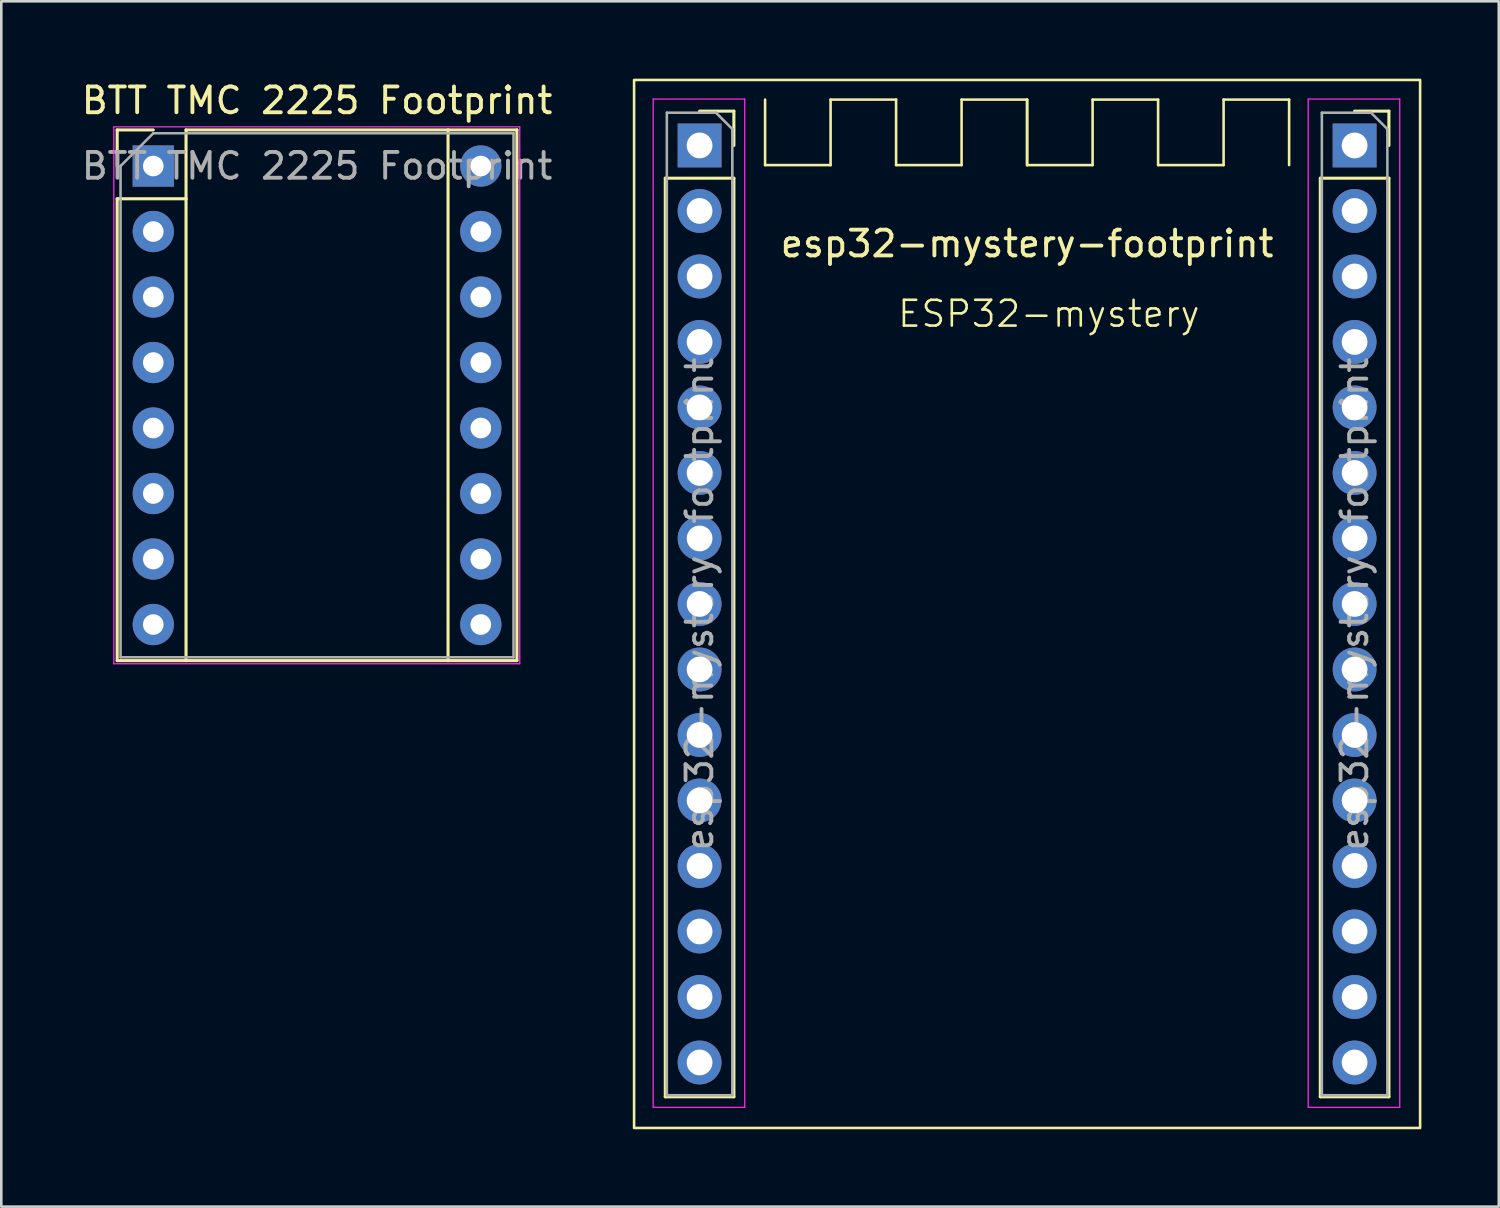
<source format=kicad_pcb>
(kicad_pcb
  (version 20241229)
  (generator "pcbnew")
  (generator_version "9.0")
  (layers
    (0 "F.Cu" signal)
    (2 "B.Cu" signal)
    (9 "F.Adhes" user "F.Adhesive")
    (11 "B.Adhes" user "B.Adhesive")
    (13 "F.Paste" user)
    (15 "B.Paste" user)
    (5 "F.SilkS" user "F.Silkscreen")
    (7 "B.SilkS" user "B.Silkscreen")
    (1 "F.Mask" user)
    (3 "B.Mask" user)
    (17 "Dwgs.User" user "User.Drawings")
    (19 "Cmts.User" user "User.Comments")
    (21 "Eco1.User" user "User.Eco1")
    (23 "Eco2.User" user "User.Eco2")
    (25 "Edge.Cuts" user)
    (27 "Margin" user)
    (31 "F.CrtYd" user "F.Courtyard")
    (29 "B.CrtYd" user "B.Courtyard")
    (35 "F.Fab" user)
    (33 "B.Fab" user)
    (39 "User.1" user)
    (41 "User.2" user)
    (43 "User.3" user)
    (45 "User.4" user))
  (footprint "esp32-mystery-footprint"
    (layer "F.Cu")
    (at 36.778 2.59)
    (property "Reference" "esp32-mystery-footprint" (at 0 3.81 0) (layer "F.SilkS") (effects (font (size 1 1) (thickness 0.15))))
    (attr through_hole)
    (fp_line (start -14.03 1.27) (end -14.03 36.89) (stroke (width 0.12) (type solid)) (layer "F.SilkS"))
    (fp_line (start -14.03 1.27) (end -11.37 1.27) (stroke (width 0.12) (type solid)) (layer "F.SilkS"))
    (fp_line (start -14.03 36.89) (end -11.37 36.89) (stroke (width 0.12) (type solid)) (layer "F.SilkS"))
    (fp_line (start -12.7 -1.33) (end -11.37 -1.33) (stroke (width 0.12) (type solid)) (layer "F.SilkS"))
    (fp_line (start -11.37 -1.33) (end -11.37 0) (stroke (width 0.12) (type solid)) (layer "F.SilkS"))
    (fp_line (start -11.37 1.27) (end -11.37 36.89) (stroke (width 0.12) (type solid)) (layer "F.SilkS"))
    (fp_line (start -10.16 -1.778) (end -10.16 0.762) (stroke (width 0.1) (type default)) (layer "F.SilkS"))
    (fp_line (start -10.16 0.762) (end -7.62 0.762) (stroke (width 0.1) (type default)) (layer "F.SilkS"))
    (fp_line (start -7.62 -1.778) (end -5.08 -1.778) (stroke (width 0.1) (type default)) (layer "F.SilkS"))
    (fp_line (start -7.62 0.762) (end -7.62 -1.778) (stroke (width 0.1) (type default)) (layer "F.SilkS"))
    (fp_line (start -5.08 -1.778) (end -5.08 0.762) (stroke (width 0.1) (type default)) (layer "F.SilkS"))
    (fp_line (start -5.08 0.762) (end -2.54 0.762) (stroke (width 0.1) (type default)) (layer "F.SilkS"))
    (fp_line (start -2.54 -1.778) (end 0 -1.778) (stroke (width 0.1) (type default)) (layer "F.SilkS"))
    (fp_line (start -2.54 0.762) (end -2.54 -1.778) (stroke (width 0.1) (type default)) (layer "F.SilkS"))
    (fp_line (start 0 -1.778) (end 0 0.762) (stroke (width 0.1) (type default)) (layer "F.SilkS"))
    (fp_line (start 0 0.762) (end 0 -1.778) (stroke (width 0.1) (type default)) (layer "F.SilkS"))
    (fp_line (start 2.54 -1.778) (end 5.08 -1.778) (stroke (width 0.1) (type default)) (layer "F.SilkS"))
    (fp_line (start 2.54 0.762) (end 0 0.762) (stroke (width 0.1) (type default)) (layer "F.SilkS"))
    (fp_line (start 2.54 0.762) (end 2.54 -1.778) (stroke (width 0.1) (type default)) (layer "F.SilkS"))
    (fp_line (start 5.08 -1.778) (end 5.08 0.762) (stroke (width 0.1) (type default)) (layer "F.SilkS"))
    (fp_line (start 5.08 0.762) (end 7.62 0.762) (stroke (width 0.1) (type default)) (layer "F.SilkS"))
    (fp_line (start 7.62 -1.778) (end 10.16 -1.778) (stroke (width 0.1) (type default)) (layer "F.SilkS"))
    (fp_line (start 7.62 0.762) (end 7.62 -1.778) (stroke (width 0.1) (type default)) (layer "F.SilkS"))
    (fp_line (start 10.16 0.762) (end 10.16 -1.778) (stroke (width 0.1) (type default)) (layer "F.SilkS"))
    (fp_line (start 11.37 1.27) (end 11.37 36.89) (stroke (width 0.12) (type solid)) (layer "F.SilkS"))
    (fp_line (start 11.37 1.27) (end 14.03 1.27) (stroke (width 0.12) (type solid)) (layer "F.SilkS"))
    (fp_line (start 11.37 36.89) (end 14.03 36.89) (stroke (width 0.12) (type solid)) (layer "F.SilkS"))
    (fp_line (start 12.7 -1.33) (end 14.03 -1.33) (stroke (width 0.12) (type solid)) (layer "F.SilkS"))
    (fp_line (start 14.03 -1.33) (end 14.03 0) (stroke (width 0.12) (type solid)) (layer "F.SilkS"))
    (fp_line (start 14.03 1.27) (end 14.03 36.89) (stroke (width 0.12) (type solid)) (layer "F.SilkS"))
    (fp_rect (start -15.24 -2.54) (end 15.24 38.1) (stroke (width 0.1) (type default)) (fill no) (layer "F.SilkS"))
    (fp_line (start -14.5 -1.8) (end -10.95 -1.8) (stroke (width 0.05) (type solid)) (layer "F.CrtYd"))
    (fp_line (start -14.5 37.3) (end -14.5 -1.8) (stroke (width 0.05) (type solid)) (layer "F.CrtYd"))
    (fp_line (start -10.95 -1.8) (end -10.95 37.3) (stroke (width 0.05) (type solid)) (layer "F.CrtYd"))
    (fp_line (start -10.95 37.3) (end -14.5 37.3) (stroke (width 0.05) (type solid)) (layer "F.CrtYd"))
    (fp_line (start 10.9 -1.8) (end 14.45 -1.8) (stroke (width 0.05) (type solid)) (layer "F.CrtYd"))
    (fp_line (start 10.9 37.3) (end 10.9 -1.8) (stroke (width 0.05) (type solid)) (layer "F.CrtYd"))
    (fp_line (start 14.45 -1.8) (end 14.45 37.3) (stroke (width 0.05) (type solid)) (layer "F.CrtYd"))
    (fp_line (start 14.45 37.3) (end 10.9 37.3) (stroke (width 0.05) (type solid)) (layer "F.CrtYd"))
    (fp_line (start -13.97 -1.27) (end -12.065 -1.27) (stroke (width 0.1) (type solid)) (layer "F.Fab"))
    (fp_line (start -13.97 36.83) (end -13.97 -1.27) (stroke (width 0.1) (type solid)) (layer "F.Fab"))
    (fp_line (start -12.065 -1.27) (end -11.43 -0.635) (stroke (width 0.1) (type solid)) (layer "F.Fab"))
    (fp_line (start -11.43 -0.635) (end -11.43 36.83) (stroke (width 0.1) (type solid)) (layer "F.Fab"))
    (fp_line (start -11.43 36.83) (end -13.97 36.83) (stroke (width 0.1) (type solid)) (layer "F.Fab"))
    (fp_line (start 11.43 -1.27) (end 13.335 -1.27) (stroke (width 0.1) (type solid)) (layer "F.Fab"))
    (fp_line (start 11.43 36.83) (end 11.43 -1.27) (stroke (width 0.1) (type solid)) (layer "F.Fab"))
    (fp_line (start 13.335 -1.27) (end 13.97 -0.635) (stroke (width 0.1) (type solid)) (layer "F.Fab"))
    (fp_line (start 13.97 -0.635) (end 13.97 36.83) (stroke (width 0.1) (type solid)) (layer "F.Fab"))
    (fp_line (start 13.97 36.83) (end 11.43 36.83) (stroke (width 0.1) (type solid)) (layer "F.Fab"))
    (fp_text user "ESP32-mystery" (at -5.08 7.112 0) (unlocked yes) (layer "F.SilkS") (effects (font (size 1 1) (thickness 0.1)) (justify left bottom)))
    (fp_text user "${REFERENCE}" (at 12.7 17.78 90) (layer "F.Fab") (effects (font (size 1 1) (thickness 0.15))))
    (fp_text user "${REFERENCE}" (at -12.7 17.78 90) (layer "F.Fab") (effects (font (size 1 1) (thickness 0.15))))
    (pad "1" thru_hole rect (at -12.7 0) (size 1.7 1.7) (drill 1) (layers "*.Cu" "*.Mask"))
    (pad "2" thru_hole circle (at -12.7 2.54) (size 1.7 1.7) (drill 1) (layers "*.Cu" "*.Mask"))
    (pad "3" thru_hole circle (at -12.7 5.08) (size 1.7 1.7) (drill 1) (layers "*.Cu" "*.Mask"))
    (pad "4" thru_hole circle (at -12.7 7.62) (size 1.7 1.7) (drill 1) (layers "*.Cu" "*.Mask"))
    (pad "5" thru_hole circle (at -12.7 10.16) (size 1.7 1.7) (drill 1) (layers "*.Cu" "*.Mask"))
    (pad "6" thru_hole circle (at -12.7 12.7) (size 1.7 1.7) (drill 1) (layers "*.Cu" "*.Mask"))
    (pad "7" thru_hole circle (at -12.7 15.24) (size 1.7 1.7) (drill 1) (layers "*.Cu" "*.Mask"))
    (pad "8" thru_hole circle (at -12.7 17.78) (size 1.7 1.7) (drill 1) (layers "*.Cu" "*.Mask"))
    (pad "9" thru_hole circle (at -12.7 20.32) (size 1.7 1.7) (drill 1) (layers "*.Cu" "*.Mask"))
    (pad "10" thru_hole circle (at -12.7 22.86) (size 1.7 1.7) (drill 1) (layers "*.Cu" "*.Mask"))
    (pad "11" thru_hole circle (at -12.7 25.4) (size 1.7 1.7) (drill 1) (layers "*.Cu" "*.Mask"))
    (pad "12" thru_hole circle (at -12.7 27.94) (size 1.7 1.7) (drill 1) (layers "*.Cu" "*.Mask"))
    (pad "13" thru_hole circle (at -12.7 30.48) (size 1.7 1.7) (drill 1) (layers "*.Cu" "*.Mask"))
    (pad "14" thru_hole circle (at -12.7 33.02) (size 1.7 1.7) (drill 1) (layers "*.Cu" "*.Mask"))
    (pad "15" thru_hole circle (at -12.7 35.56) (size 1.7 1.7) (drill 1) (layers "*.Cu" "*.Mask"))
    (pad "16" thru_hole circle (at 12.7 35.56) (size 1.7 1.7) (drill 1) (layers "*.Cu" "*.Mask"))
    (pad "17" thru_hole circle (at 12.7 33.02) (size 1.7 1.7) (drill 1) (layers "*.Cu" "*.Mask"))
    (pad "18" thru_hole circle (at 12.7 30.48) (size 1.7 1.7) (drill 1) (layers "*.Cu" "*.Mask"))
    (pad "19" thru_hole circle (at 12.7 27.94) (size 1.7 1.7) (drill 1) (layers "*.Cu" "*.Mask"))
    (pad "20" thru_hole circle (at 12.7 25.4) (size 1.7 1.7) (drill 1) (layers "*.Cu" "*.Mask"))
    (pad "21" thru_hole circle (at 12.7 22.86) (size 1.7 1.7) (drill 1) (layers "*.Cu" "*.Mask"))
    (pad "22" thru_hole circle (at 12.7 20.32) (size 1.7 1.7) (drill 1) (layers "*.Cu" "*.Mask"))
    (pad "23" thru_hole circle (at 12.7 17.78) (size 1.7 1.7) (drill 1) (layers "*.Cu" "*.Mask"))
    (pad "24" thru_hole circle (at 12.7 15.24) (size 1.7 1.7) (drill 1) (layers "*.Cu" "*.Mask"))
    (pad "25" thru_hole circle (at 12.7 12.7) (size 1.7 1.7) (drill 1) (layers "*.Cu" "*.Mask"))
    (pad "26" thru_hole circle (at 12.7 10.16) (size 1.7 1.7) (drill 1) (layers "*.Cu" "*.Mask"))
    (pad "27" thru_hole circle (at 12.7 7.62) (size 1.7 1.7) (drill 1) (layers "*.Cu" "*.Mask"))
    (pad "28" thru_hole circle (at 12.7 5.08) (size 1.7 1.7) (drill 1) (layers "*.Cu" "*.Mask"))
    (pad "29" thru_hole circle (at 12.7 2.54) (size 1.7 1.7) (drill 1) (layers "*.Cu" "*.Mask"))
    (pad "30" thru_hole rect (at 12.7 0) (size 1.7 1.7) (drill 1) (layers "*.Cu" "*.Mask")))
  (footprint "BTT TMC 2225 Footprint"
    (layer "F.Cu")
    (at 2.894 3.388)
    (property "Reference" "BTT TMC 2225 Footprint" (at 6.35 -2.54 0) (layer "F.SilkS") (effects (font (size 1 1) (thickness 0.15))))
    (attr through_hole)
    (fp_line (start -1.4 -1.4) (end -1.4 0) (stroke (width 0.12) (type solid)) (layer "F.SilkS"))
    (fp_line (start -1.4 1.27) (end -1.4 19.18) (stroke (width 0.12) (type solid)) (layer "F.SilkS"))
    (fp_line (start -1.4 19.18) (end 14.1 19.18) (stroke (width 0.12) (type solid)) (layer "F.SilkS"))
    (fp_line (start 0 -1.4) (end -1.4 -1.4) (stroke (width 0.12) (type solid)) (layer "F.SilkS"))
    (fp_line (start 1.27 -1.4) (end 1.27 1.27) (stroke (width 0.12) (type solid)) (layer "F.SilkS"))
    (fp_line (start 1.27 1.27) (end -1.4 1.27) (stroke (width 0.12) (type solid)) (layer "F.SilkS"))
    (fp_line (start 1.27 1.27) (end 1.27 19.18) (stroke (width 0.12) (type solid)) (layer "F.SilkS"))
    (fp_line (start 11.43 -1.4) (end 11.43 19.18) (stroke (width 0.12) (type solid)) (layer "F.SilkS"))
    (fp_line (start 14.1 -1.4) (end 1.27 -1.4) (stroke (width 0.12) (type solid)) (layer "F.SilkS"))
    (fp_line (start 14.1 19.18) (end 14.1 -1.4) (stroke (width 0.12) (type solid)) (layer "F.SilkS"))
    (fp_line (start -1.53 -1.52) (end -1.53 19.3) (stroke (width 0.05) (type solid)) (layer "F.CrtYd"))
    (fp_line (start -1.53 -1.52) (end 14.21 -1.52) (stroke (width 0.05) (type solid)) (layer "F.CrtYd"))
    (fp_line (start 14.21 19.3) (end -1.53 19.3) (stroke (width 0.05) (type solid)) (layer "F.CrtYd"))
    (fp_line (start 14.21 19.3) (end 14.21 -1.52) (stroke (width 0.05) (type solid)) (layer "F.CrtYd"))
    (fp_line (start -1.27 0) (end 0 -1.27) (stroke (width 0.1) (type solid)) (layer "F.Fab"))
    (fp_line (start -1.27 19.05) (end -1.27 0) (stroke (width 0.1) (type solid)) (layer "F.Fab"))
    (fp_line (start 0 -1.27) (end 13.97 -1.27) (stroke (width 0.1) (type solid)) (layer "F.Fab"))
    (fp_line (start 13.97 -1.27) (end 13.97 19.05) (stroke (width 0.1) (type solid)) (layer "F.Fab"))
    (fp_line (start 13.97 19.05) (end -1.27 19.05) (stroke (width 0.1) (type solid)) (layer "F.Fab"))
    (fp_text user "${REFERENCE}" (at 6.35 0 0) (layer "F.Fab") (effects (font (size 1 1) (thickness 0.15))))
    (pad "1" thru_hole rect (at 0 0) (size 1.6 1.6) (drill 0.8) (layers "*.Cu" "*.Mask"))
    (pad "2" thru_hole oval (at 0 2.54) (size 1.6 1.6) (drill 0.8) (layers "*.Cu" "*.Mask"))
    (pad "3" thru_hole oval (at 0 5.08) (size 1.6 1.6) (drill 0.8) (layers "*.Cu" "*.Mask"))
    (pad "4" thru_hole oval (at 0 7.62) (size 1.6 1.6) (drill 0.8) (layers "*.Cu" "*.Mask"))
    (pad "5" thru_hole oval (at 0 10.16) (size 1.6 1.6) (drill 0.8) (layers "*.Cu" "*.Mask"))
    (pad "6" thru_hole oval (at 0 12.7) (size 1.6 1.6) (drill 0.8) (layers "*.Cu" "*.Mask"))
    (pad "7" thru_hole oval (at 0 15.24) (size 1.6 1.6) (drill 0.8) (layers "*.Cu" "*.Mask"))
    (pad "8" thru_hole oval (at 0 17.78) (size 1.6 1.6) (drill 0.8) (layers "*.Cu" "*.Mask"))
    (pad "9" thru_hole oval (at 12.7 17.78) (size 1.6 1.6) (drill 0.8) (layers "*.Cu" "*.Mask"))
    (pad "10" thru_hole oval (at 12.7 15.24) (size 1.6 1.6) (drill 0.8) (layers "*.Cu" "*.Mask"))
    (pad "11" thru_hole oval (at 12.7 12.7) (size 1.6 1.6) (drill 0.8) (layers "*.Cu" "*.Mask"))
    (pad "12" thru_hole oval (at 12.7 10.16) (size 1.6 1.6) (drill 0.8) (layers "*.Cu" "*.Mask"))
    (pad "13" thru_hole oval (at 12.7 7.62) (size 1.6 1.6) (drill 0.8) (layers "*.Cu" "*.Mask"))
    (pad "14" thru_hole oval (at 12.7 5.08) (size 1.6 1.6) (drill 0.8) (layers "*.Cu" "*.Mask"))
    (pad "15" thru_hole oval (at 12.7 2.54) (size 1.6 1.6) (drill 0.8) (layers "*.Cu" "*.Mask"))
    (pad "16" thru_hole oval (at 12.7 0) (size 1.6 1.6) (drill 0.8) (layers "*.Cu" "*.Mask")))
  (gr_rect
    (start -3 -3)
    (end 55.068 43.74)
    (stroke (width 0.1) (type default))
    (fill no)
    (layer "Edge.Cuts")))
</source>
